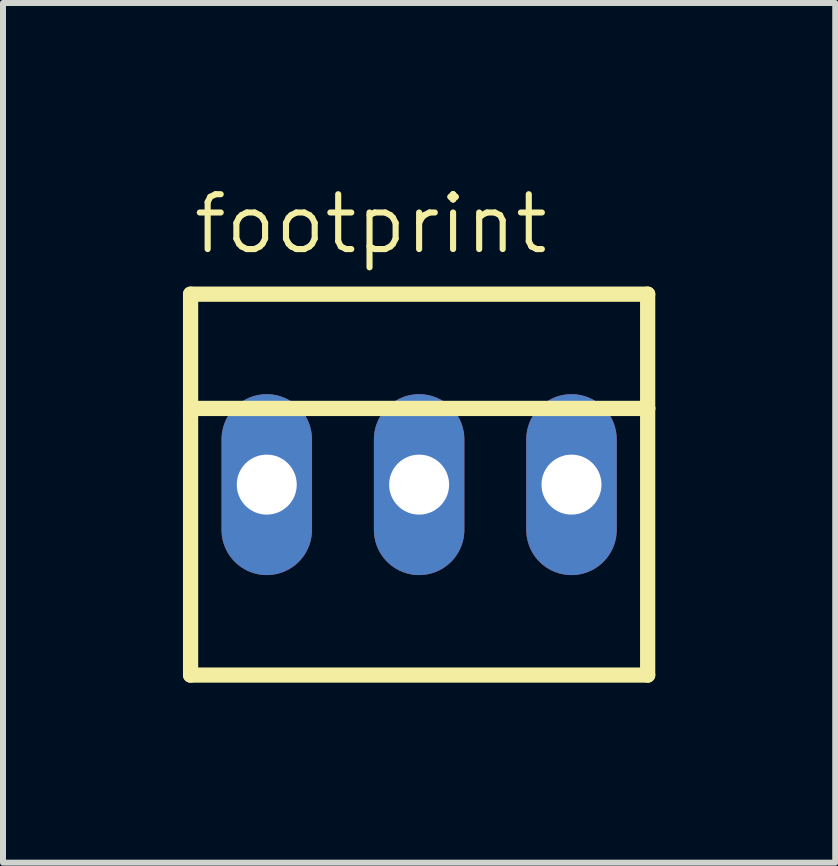
<source format=kicad_pcb>
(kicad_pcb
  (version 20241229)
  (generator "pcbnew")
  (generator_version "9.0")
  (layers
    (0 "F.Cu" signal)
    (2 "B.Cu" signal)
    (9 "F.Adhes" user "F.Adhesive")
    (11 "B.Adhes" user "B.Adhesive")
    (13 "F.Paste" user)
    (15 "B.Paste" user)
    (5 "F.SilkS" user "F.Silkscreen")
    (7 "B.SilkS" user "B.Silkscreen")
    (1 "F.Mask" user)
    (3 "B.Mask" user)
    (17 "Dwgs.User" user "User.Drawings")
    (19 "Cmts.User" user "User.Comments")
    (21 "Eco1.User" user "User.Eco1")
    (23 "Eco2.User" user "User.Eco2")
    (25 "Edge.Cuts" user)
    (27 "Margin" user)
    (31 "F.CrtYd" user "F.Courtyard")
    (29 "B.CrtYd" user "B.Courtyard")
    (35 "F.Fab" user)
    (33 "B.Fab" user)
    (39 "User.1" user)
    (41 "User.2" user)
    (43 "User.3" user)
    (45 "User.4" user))
  (footprint "footprint"
    (layer "F.Cu")
    (at 3.937 5.029)
    (property "Reference" "footprint" (at -3.81 -3.81 0) (layer "F.SilkS") (effects (font (size 0.914 0.914) (thickness 0.102)) (justify left bottom)))
    (fp_line (start -3.81 -3.175) (end 3.81 -3.175) (stroke (width 0.254) (type solid)) (layer "F.SilkS"))
    (fp_line (start -3.81 -1.27) (end -3.81 -3.175) (stroke (width 0.254) (type solid)) (layer "F.SilkS"))
    (fp_line (start -3.81 -1.27) (end 3.81 -1.27) (stroke (width 0.254) (type solid)) (layer "F.SilkS"))
    (fp_line (start -3.81 3.175) (end -3.81 -1.27) (stroke (width 0.254) (type solid)) (layer "F.SilkS"))
    (fp_line (start 3.81 -3.175) (end 3.81 -1.27) (stroke (width 0.254) (type solid)) (layer "F.SilkS"))
    (fp_line (start 3.81 -1.27) (end 3.81 3.175) (stroke (width 0.254) (type solid)) (layer "F.SilkS"))
    (fp_line (start 3.81 3.175) (end -3.81 3.175) (stroke (width 0.254) (type solid)) (layer "F.SilkS"))
    (pad "1" thru_hole oval (at -2.54 0 90) (size 3.016 1.508) (drill 1) (layers "*.Cu" "*.Mask"))
    (pad "2" thru_hole oval (at 0 0 90) (size 3.016 1.508) (drill 1) (layers "*.Cu" "*.Mask"))
    (pad "3" thru_hole oval (at 2.54 0 90) (size 3.016 1.508) (drill 1) (layers "*.Cu" "*.Mask")))
  (gr_rect
    (start -3 -3)
    (end 10.874 11.331)
    (stroke (width 0.1) (type default))
    (fill no)
    (layer "Edge.Cuts")))
</source>
